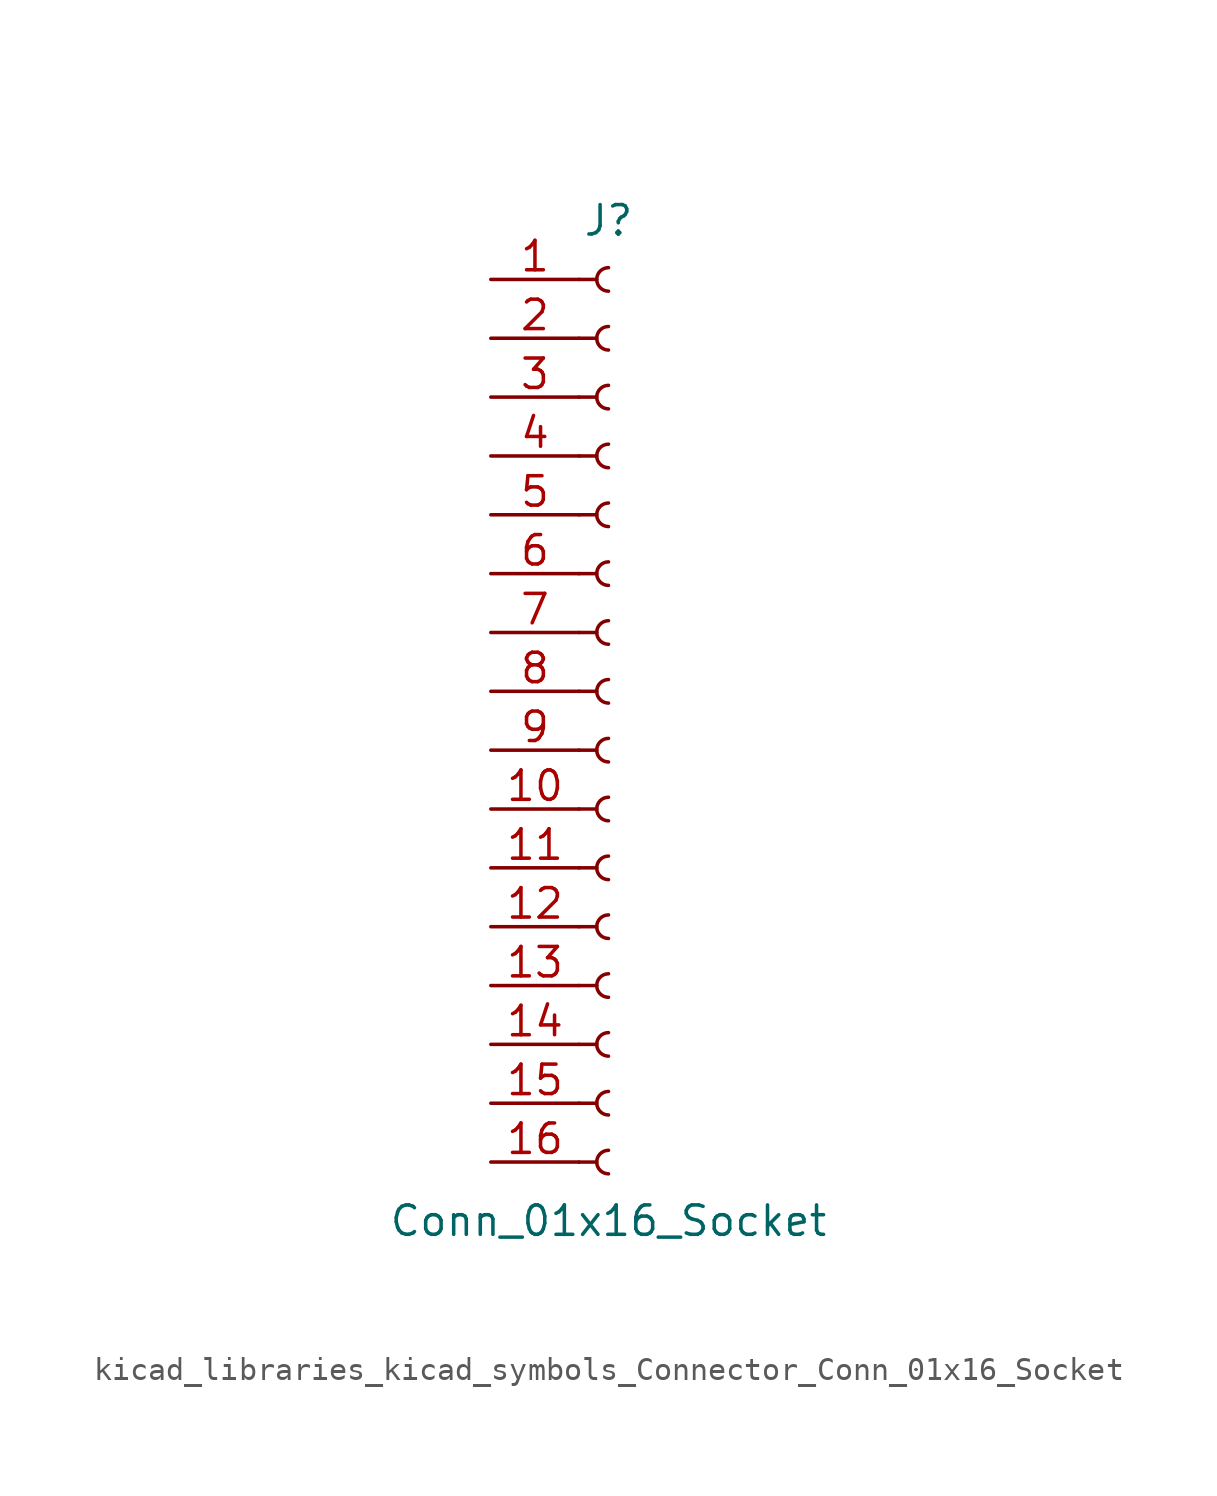
<source format=kicad_sym>
(kicad_symbol_lib
  (version 20220914)
  (generator kicad_symbol_editor)
  (symbol "kicad_libraries_kicad_symbols_Connector_Conn_01x16_Socket"
    (pin_names
      (offset 1.016) hide)
    (property "Reference" "J"
      (at 0 20.32 0)
      (effects (font (size 1.27 1.27))))
    (property "Value" "Conn_01x16_Socket"
      (at 0 -22.86 0)
      (effects (font (size 1.27 1.27))))
    (property "ki_locked" ""
      (at 0 0 0)
      (effects (font (size 1.27 1.27))))
    (symbol "kicad_libraries_kicad_symbols_Connector_Conn_01x16_Socket_1_1"
      (arc (start 0 -19.812) (mid -0.5058 -20.32) (end 0 -20.828) (stroke (width 0.1524) (type default)) (fill (type none)))
      (arc (start 0 -17.272) (mid -0.5058 -17.78) (end 0 -18.288) (stroke (width 0.1524) (type default)) (fill (type none)))
      (arc (start 0 -14.732) (mid -0.5058 -15.24) (end 0 -15.748) (stroke (width 0.1524) (type default)) (fill (type none)))
      (arc (start 0 -12.192) (mid -0.5058 -12.7) (end 0 -13.208) (stroke (width 0.1524) (type default)) (fill (type none)))
      (arc (start 0 -9.652) (mid -0.5058 -10.16) (end 0 -10.668) (stroke (width 0.1524) (type default)) (fill (type none)))
      (arc (start 0 -7.112) (mid -0.5058 -7.62) (end 0 -8.128) (stroke (width 0.1524) (type default)) (fill (type none)))
      (arc (start 0 -4.572) (mid -0.5058 -5.08) (end 0 -5.588) (stroke (width 0.1524) (type default)) (fill (type none)))
      (arc (start 0 -2.032) (mid -0.5058 -2.54) (end 0 -3.048) (stroke (width 0.1524) (type default)) (fill (type none)))
      (polyline (pts (xy -1.27 -20.32) (xy -0.508 -20.32)) (stroke (width 0.152) (type default)) (fill (type none)))
      (polyline (pts (xy -1.27 -17.78) (xy -0.508 -17.78)) (stroke (width 0.152) (type default)) (fill (type none)))
      (polyline (pts (xy -1.27 -15.24) (xy -0.508 -15.24)) (stroke (width 0.152) (type default)) (fill (type none)))
      (polyline (pts (xy -1.27 -12.7) (xy -0.508 -12.7)) (stroke (width 0.152) (type default)) (fill (type none)))
      (polyline (pts (xy -1.27 -10.16) (xy -0.508 -10.16)) (stroke (width 0.152) (type default)) (fill (type none)))
      (polyline (pts (xy -1.27 -7.62) (xy -0.508 -7.62)) (stroke (width 0.152) (type default)) (fill (type none)))
      (polyline (pts (xy -1.27 -5.08) (xy -0.508 -5.08)) (stroke (width 0.152) (type default)) (fill (type none)))
      (polyline (pts (xy -1.27 -2.54) (xy -0.508 -2.54)) (stroke (width 0.152) (type default)) (fill (type none)))
      (polyline (pts (xy -1.27 0) (xy -0.508 0)) (stroke (width 0.152) (type default)) (fill (type none)))
      (polyline (pts (xy -1.27 2.54) (xy -0.508 2.54)) (stroke (width 0.152) (type default)) (fill (type none)))
      (polyline (pts (xy -1.27 5.08) (xy -0.508 5.08)) (stroke (width 0.152) (type default)) (fill (type none)))
      (polyline (pts (xy -1.27 7.62) (xy -0.508 7.62)) (stroke (width 0.152) (type default)) (fill (type none)))
      (polyline (pts (xy -1.27 10.16) (xy -0.508 10.16)) (stroke (width 0.152) (type default)) (fill (type none)))
      (polyline (pts (xy -1.27 12.7) (xy -0.508 12.7)) (stroke (width 0.152) (type default)) (fill (type none)))
      (polyline (pts (xy -1.27 15.24) (xy -0.508 15.24)) (stroke (width 0.152) (type default)) (fill (type none)))
      (polyline (pts (xy -1.27 17.78) (xy -0.508 17.78)) (stroke (width 0.152) (type default)) (fill (type none)))
      (arc (start 0 0.508) (mid -0.5058 0) (end 0 -0.508) (stroke (width 0.1524) (type default)) (fill (type none)))
      (arc (start 0 3.048) (mid -0.5058 2.54) (end 0 2.032) (stroke (width 0.1524) (type default)) (fill (type none)))
      (arc (start 0 5.588) (mid -0.5058 5.08) (end 0 4.572) (stroke (width 0.1524) (type default)) (fill (type none)))
      (arc (start 0 8.128) (mid -0.5058 7.62) (end 0 7.112) (stroke (width 0.1524) (type default)) (fill (type none)))
      (arc (start 0 10.668) (mid -0.5058 10.16) (end 0 9.652) (stroke (width 0.1524) (type default)) (fill (type none)))
      (arc (start 0 13.208) (mid -0.5058 12.7) (end 0 12.192) (stroke (width 0.1524) (type default)) (fill (type none)))
      (arc (start 0 15.748) (mid -0.5058 15.24) (end 0 14.732) (stroke (width 0.1524) (type default)) (fill (type none)))
      (arc (start 0 18.288) (mid -0.5058 17.78) (end 0 17.272) (stroke (width 0.1524) (type default)) (fill (type none)))
      (pin passive line (at -5.08 17.78 0) (length 3.81) (name "Pin_1" (effects (font (size 1.27 1.27)))) (number "1" (effects (font (size 1.27 1.27)))))
      (pin passive line (at -5.08 -5.08 0) (length 3.81) (name "Pin_10" (effects (font (size 1.27 1.27)))) (number "10" (effects (font (size 1.27 1.27)))))
      (pin passive line (at -5.08 -7.62 0) (length 3.81) (name "Pin_11" (effects (font (size 1.27 1.27)))) (number "11" (effects (font (size 1.27 1.27)))))
      (pin passive line (at -5.08 -10.16 0) (length 3.81) (name "Pin_12" (effects (font (size 1.27 1.27)))) (number "12" (effects (font (size 1.27 1.27)))))
      (pin passive line (at -5.08 -12.7 0) (length 3.81) (name "Pin_13" (effects (font (size 1.27 1.27)))) (number "13" (effects (font (size 1.27 1.27)))))
      (pin passive line (at -5.08 -15.24 0) (length 3.81) (name "Pin_14" (effects (font (size 1.27 1.27)))) (number "14" (effects (font (size 1.27 1.27)))))
      (pin passive line (at -5.08 -17.78 0) (length 3.81) (name "Pin_15" (effects (font (size 1.27 1.27)))) (number "15" (effects (font (size 1.27 1.27)))))
      (pin passive line (at -5.08 -20.32 0) (length 3.81) (name "Pin_16" (effects (font (size 1.27 1.27)))) (number "16" (effects (font (size 1.27 1.27)))))
      (pin passive line (at -5.08 15.24 0) (length 3.81) (name "Pin_2" (effects (font (size 1.27 1.27)))) (number "2" (effects (font (size 1.27 1.27)))))
      (pin passive line (at -5.08 12.7 0) (length 3.81) (name "Pin_3" (effects (font (size 1.27 1.27)))) (number "3" (effects (font (size 1.27 1.27)))))
      (pin passive line (at -5.08 10.16 0) (length 3.81) (name "Pin_4" (effects (font (size 1.27 1.27)))) (number "4" (effects (font (size 1.27 1.27)))))
      (pin passive line (at -5.08 7.62 0) (length 3.81) (name "Pin_5" (effects (font (size 1.27 1.27)))) (number "5" (effects (font (size 1.27 1.27)))))
      (pin passive line (at -5.08 5.08 0) (length 3.81) (name "Pin_6" (effects (font (size 1.27 1.27)))) (number "6" (effects (font (size 1.27 1.27)))))
      (pin passive line (at -5.08 2.54 0) (length 3.81) (name "Pin_7" (effects (font (size 1.27 1.27)))) (number "7" (effects (font (size 1.27 1.27)))))
      (pin passive line (at -5.08 0 0) (length 3.81) (name "Pin_8" (effects (font (size 1.27 1.27)))) (number "8" (effects (font (size 1.27 1.27)))))
      (pin passive line (at -5.08 -2.54 0) (length 3.81) (name "Pin_9" (effects (font (size 1.27 1.27)))) (number "9" (effects (font (size 1.27 1.27))))))))
</source>
